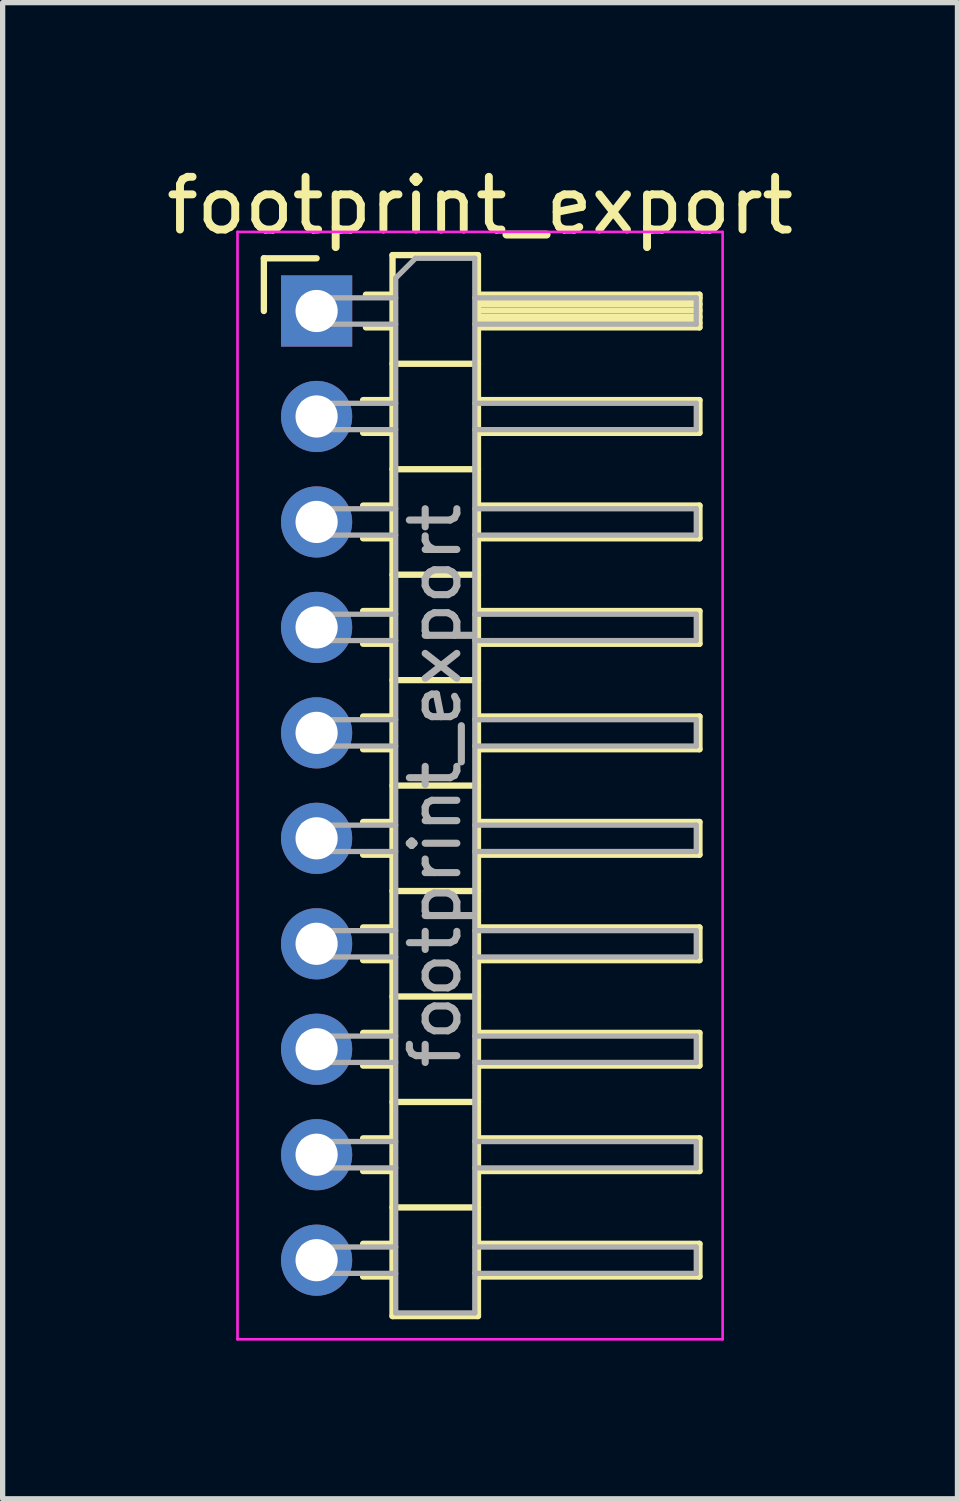
<source format=kicad_pcb>
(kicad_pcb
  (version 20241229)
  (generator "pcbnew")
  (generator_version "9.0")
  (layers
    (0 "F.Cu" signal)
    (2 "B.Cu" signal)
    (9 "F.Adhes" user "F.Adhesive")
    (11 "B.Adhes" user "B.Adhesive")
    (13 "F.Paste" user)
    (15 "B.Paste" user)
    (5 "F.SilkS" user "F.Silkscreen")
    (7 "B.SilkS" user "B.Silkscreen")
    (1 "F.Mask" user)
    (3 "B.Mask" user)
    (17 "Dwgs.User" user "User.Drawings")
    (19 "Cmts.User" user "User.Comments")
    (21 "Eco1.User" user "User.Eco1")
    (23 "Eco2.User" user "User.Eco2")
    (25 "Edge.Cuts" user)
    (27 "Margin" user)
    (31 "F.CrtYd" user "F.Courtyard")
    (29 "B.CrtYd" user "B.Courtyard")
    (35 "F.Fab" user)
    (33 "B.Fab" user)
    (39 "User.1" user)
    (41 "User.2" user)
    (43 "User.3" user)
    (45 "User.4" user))
  (footprint "footprint_export"
    (layer "F.Cu")
    (at 2.954 2.848)
    (property "Reference" "footprint_export" (at 3.1 -2 0) (layer "F.SilkS") (effects (font (size 1 1) (thickness 0.15))))
    (attr through_hole)
    (fp_line (start -1 -1) (end 0 -1) (stroke (width 0.12) (type solid)) (layer "F.SilkS"))
    (fp_line (start -1 0) (end -1 -1) (stroke (width 0.12) (type solid)) (layer "F.SilkS"))
    (fp_line (start 0.882 1.69) (end 1.44 1.69) (stroke (width 0.12) (type solid)) (layer "F.SilkS"))
    (fp_line (start 0.882 2.31) (end 1.44 2.31) (stroke (width 0.12) (type solid)) (layer "F.SilkS"))
    (fp_line (start 0.882 3.69) (end 1.44 3.69) (stroke (width 0.12) (type solid)) (layer "F.SilkS"))
    (fp_line (start 0.882 4.31) (end 1.44 4.31) (stroke (width 0.12) (type solid)) (layer "F.SilkS"))
    (fp_line (start 0.882 5.69) (end 1.44 5.69) (stroke (width 0.12) (type solid)) (layer "F.SilkS"))
    (fp_line (start 0.882 6.31) (end 1.44 6.31) (stroke (width 0.12) (type solid)) (layer "F.SilkS"))
    (fp_line (start 0.882 7.69) (end 1.44 7.69) (stroke (width 0.12) (type solid)) (layer "F.SilkS"))
    (fp_line (start 0.882 8.31) (end 1.44 8.31) (stroke (width 0.12) (type solid)) (layer "F.SilkS"))
    (fp_line (start 0.882 9.69) (end 1.44 9.69) (stroke (width 0.12) (type solid)) (layer "F.SilkS"))
    (fp_line (start 0.882 10.31) (end 1.44 10.31) (stroke (width 0.12) (type solid)) (layer "F.SilkS"))
    (fp_line (start 0.882 11.69) (end 1.44 11.69) (stroke (width 0.12) (type solid)) (layer "F.SilkS"))
    (fp_line (start 0.882 12.31) (end 1.44 12.31) (stroke (width 0.12) (type solid)) (layer "F.SilkS"))
    (fp_line (start 0.882 13.69) (end 1.44 13.69) (stroke (width 0.12) (type solid)) (layer "F.SilkS"))
    (fp_line (start 0.882 14.31) (end 1.44 14.31) (stroke (width 0.12) (type solid)) (layer "F.SilkS"))
    (fp_line (start 0.882 15.69) (end 1.44 15.69) (stroke (width 0.12) (type solid)) (layer "F.SilkS"))
    (fp_line (start 0.882 16.31) (end 1.44 16.31) (stroke (width 0.12) (type solid)) (layer "F.SilkS"))
    (fp_line (start 0.882 17.69) (end 1.44 17.69) (stroke (width 0.12) (type solid)) (layer "F.SilkS"))
    (fp_line (start 0.882 18.31) (end 1.44 18.31) (stroke (width 0.12) (type solid)) (layer "F.SilkS"))
    (fp_line (start 0.935 -0.31) (end 1.44 -0.31) (stroke (width 0.12) (type solid)) (layer "F.SilkS"))
    (fp_line (start 0.935 0.31) (end 1.44 0.31) (stroke (width 0.12) (type solid)) (layer "F.SilkS"))
    (fp_line (start 1.44 -1.06) (end 1.44 19.06) (stroke (width 0.12) (type solid)) (layer "F.SilkS"))
    (fp_line (start 1.44 1) (end 3.06 1) (stroke (width 0.12) (type solid)) (layer "F.SilkS"))
    (fp_line (start 1.44 3) (end 3.06 3) (stroke (width 0.12) (type solid)) (layer "F.SilkS"))
    (fp_line (start 1.44 5) (end 3.06 5) (stroke (width 0.12) (type solid)) (layer "F.SilkS"))
    (fp_line (start 1.44 7) (end 3.06 7) (stroke (width 0.12) (type solid)) (layer "F.SilkS"))
    (fp_line (start 1.44 9) (end 3.06 9) (stroke (width 0.12) (type solid)) (layer "F.SilkS"))
    (fp_line (start 1.44 11) (end 3.06 11) (stroke (width 0.12) (type solid)) (layer "F.SilkS"))
    (fp_line (start 1.44 13) (end 3.06 13) (stroke (width 0.12) (type solid)) (layer "F.SilkS"))
    (fp_line (start 1.44 15) (end 3.06 15) (stroke (width 0.12) (type solid)) (layer "F.SilkS"))
    (fp_line (start 1.44 17) (end 3.06 17) (stroke (width 0.12) (type solid)) (layer "F.SilkS"))
    (fp_line (start 1.44 19.06) (end 3.06 19.06) (stroke (width 0.12) (type solid)) (layer "F.SilkS"))
    (fp_line (start 3.06 -1.06) (end 1.44 -1.06) (stroke (width 0.12) (type solid)) (layer "F.SilkS"))
    (fp_line (start 3.06 -0.31) (end 7.26 -0.31) (stroke (width 0.12) (type solid)) (layer "F.SilkS"))
    (fp_line (start 3.06 -0.25) (end 7.26 -0.25) (stroke (width 0.12) (type solid)) (layer "F.SilkS"))
    (fp_line (start 3.06 -0.13) (end 7.26 -0.13) (stroke (width 0.12) (type solid)) (layer "F.SilkS"))
    (fp_line (start 3.06 -0.01) (end 7.26 -0.01) (stroke (width 0.12) (type solid)) (layer "F.SilkS"))
    (fp_line (start 3.06 0.11) (end 7.26 0.11) (stroke (width 0.12) (type solid)) (layer "F.SilkS"))
    (fp_line (start 3.06 0.23) (end 7.26 0.23) (stroke (width 0.12) (type solid)) (layer "F.SilkS"))
    (fp_line (start 3.06 1.69) (end 7.26 1.69) (stroke (width 0.12) (type solid)) (layer "F.SilkS"))
    (fp_line (start 3.06 3.69) (end 7.26 3.69) (stroke (width 0.12) (type solid)) (layer "F.SilkS"))
    (fp_line (start 3.06 5.69) (end 7.26 5.69) (stroke (width 0.12) (type solid)) (layer "F.SilkS"))
    (fp_line (start 3.06 7.69) (end 7.26 7.69) (stroke (width 0.12) (type solid)) (layer "F.SilkS"))
    (fp_line (start 3.06 9.69) (end 7.26 9.69) (stroke (width 0.12) (type solid)) (layer "F.SilkS"))
    (fp_line (start 3.06 11.69) (end 7.26 11.69) (stroke (width 0.12) (type solid)) (layer "F.SilkS"))
    (fp_line (start 3.06 13.69) (end 7.26 13.69) (stroke (width 0.12) (type solid)) (layer "F.SilkS"))
    (fp_line (start 3.06 15.69) (end 7.26 15.69) (stroke (width 0.12) (type solid)) (layer "F.SilkS"))
    (fp_line (start 3.06 17.69) (end 7.26 17.69) (stroke (width 0.12) (type solid)) (layer "F.SilkS"))
    (fp_line (start 3.06 19.06) (end 3.06 -1.06) (stroke (width 0.12) (type solid)) (layer "F.SilkS"))
    (fp_line (start 7.26 -0.31) (end 7.26 0.31) (stroke (width 0.12) (type solid)) (layer "F.SilkS"))
    (fp_line (start 7.26 0.31) (end 3.06 0.31) (stroke (width 0.12) (type solid)) (layer "F.SilkS"))
    (fp_line (start 7.26 1.69) (end 7.26 2.31) (stroke (width 0.12) (type solid)) (layer "F.SilkS"))
    (fp_line (start 7.26 2.31) (end 3.06 2.31) (stroke (width 0.12) (type solid)) (layer "F.SilkS"))
    (fp_line (start 7.26 3.69) (end 7.26 4.31) (stroke (width 0.12) (type solid)) (layer "F.SilkS"))
    (fp_line (start 7.26 4.31) (end 3.06 4.31) (stroke (width 0.12) (type solid)) (layer "F.SilkS"))
    (fp_line (start 7.26 5.69) (end 7.26 6.31) (stroke (width 0.12) (type solid)) (layer "F.SilkS"))
    (fp_line (start 7.26 6.31) (end 3.06 6.31) (stroke (width 0.12) (type solid)) (layer "F.SilkS"))
    (fp_line (start 7.26 7.69) (end 7.26 8.31) (stroke (width 0.12) (type solid)) (layer "F.SilkS"))
    (fp_line (start 7.26 8.31) (end 3.06 8.31) (stroke (width 0.12) (type solid)) (layer "F.SilkS"))
    (fp_line (start 7.26 9.69) (end 7.26 10.31) (stroke (width 0.12) (type solid)) (layer "F.SilkS"))
    (fp_line (start 7.26 10.31) (end 3.06 10.31) (stroke (width 0.12) (type solid)) (layer "F.SilkS"))
    (fp_line (start 7.26 11.69) (end 7.26 12.31) (stroke (width 0.12) (type solid)) (layer "F.SilkS"))
    (fp_line (start 7.26 12.31) (end 3.06 12.31) (stroke (width 0.12) (type solid)) (layer "F.SilkS"))
    (fp_line (start 7.26 13.69) (end 7.26 14.31) (stroke (width 0.12) (type solid)) (layer "F.SilkS"))
    (fp_line (start 7.26 14.31) (end 3.06 14.31) (stroke (width 0.12) (type solid)) (layer "F.SilkS"))
    (fp_line (start 7.26 15.69) (end 7.26 16.31) (stroke (width 0.12) (type solid)) (layer "F.SilkS"))
    (fp_line (start 7.26 16.31) (end 3.06 16.31) (stroke (width 0.12) (type solid)) (layer "F.SilkS"))
    (fp_line (start 7.26 17.69) (end 7.26 18.31) (stroke (width 0.12) (type solid)) (layer "F.SilkS"))
    (fp_line (start 7.26 18.31) (end 3.06 18.31) (stroke (width 0.12) (type solid)) (layer "F.SilkS"))
    (fp_line (start -1.5 -1.5) (end -1.5 19.5) (stroke (width 0.05) (type solid)) (layer "F.CrtYd"))
    (fp_line (start -1.5 19.5) (end 7.7 19.5) (stroke (width 0.05) (type solid)) (layer "F.CrtYd"))
    (fp_line (start 7.7 -1.5) (end -1.5 -1.5) (stroke (width 0.05) (type solid)) (layer "F.CrtYd"))
    (fp_line (start 7.7 19.5) (end 7.7 -1.5) (stroke (width 0.05) (type solid)) (layer "F.CrtYd"))
    (fp_line (start -0.25 -0.25) (end -0.25 0.25) (stroke (width 0.1) (type solid)) (layer "F.Fab"))
    (fp_line (start -0.25 -0.25) (end 1.5 -0.25) (stroke (width 0.1) (type solid)) (layer "F.Fab"))
    (fp_line (start -0.25 0.25) (end 1.5 0.25) (stroke (width 0.1) (type solid)) (layer "F.Fab"))
    (fp_line (start -0.25 1.75) (end -0.25 2.25) (stroke (width 0.1) (type solid)) (layer "F.Fab"))
    (fp_line (start -0.25 1.75) (end 1.5 1.75) (stroke (width 0.1) (type solid)) (layer "F.Fab"))
    (fp_line (start -0.25 2.25) (end 1.5 2.25) (stroke (width 0.1) (type solid)) (layer "F.Fab"))
    (fp_line (start -0.25 3.75) (end -0.25 4.25) (stroke (width 0.1) (type solid)) (layer "F.Fab"))
    (fp_line (start -0.25 3.75) (end 1.5 3.75) (stroke (width 0.1) (type solid)) (layer "F.Fab"))
    (fp_line (start -0.25 4.25) (end 1.5 4.25) (stroke (width 0.1) (type solid)) (layer "F.Fab"))
    (fp_line (start -0.25 5.75) (end -0.25 6.25) (stroke (width 0.1) (type solid)) (layer "F.Fab"))
    (fp_line (start -0.25 5.75) (end 1.5 5.75) (stroke (width 0.1) (type solid)) (layer "F.Fab"))
    (fp_line (start -0.25 6.25) (end 1.5 6.25) (stroke (width 0.1) (type solid)) (layer "F.Fab"))
    (fp_line (start -0.25 7.75) (end -0.25 8.25) (stroke (width 0.1) (type solid)) (layer "F.Fab"))
    (fp_line (start -0.25 7.75) (end 1.5 7.75) (stroke (width 0.1) (type solid)) (layer "F.Fab"))
    (fp_line (start -0.25 8.25) (end 1.5 8.25) (stroke (width 0.1) (type solid)) (layer "F.Fab"))
    (fp_line (start -0.25 9.75) (end -0.25 10.25) (stroke (width 0.1) (type solid)) (layer "F.Fab"))
    (fp_line (start -0.25 9.75) (end 1.5 9.75) (stroke (width 0.1) (type solid)) (layer "F.Fab"))
    (fp_line (start -0.25 10.25) (end 1.5 10.25) (stroke (width 0.1) (type solid)) (layer "F.Fab"))
    (fp_line (start -0.25 11.75) (end -0.25 12.25) (stroke (width 0.1) (type solid)) (layer "F.Fab"))
    (fp_line (start -0.25 11.75) (end 1.5 11.75) (stroke (width 0.1) (type solid)) (layer "F.Fab"))
    (fp_line (start -0.25 12.25) (end 1.5 12.25) (stroke (width 0.1) (type solid)) (layer "F.Fab"))
    (fp_line (start -0.25 13.75) (end -0.25 14.25) (stroke (width 0.1) (type solid)) (layer "F.Fab"))
    (fp_line (start -0.25 13.75) (end 1.5 13.75) (stroke (width 0.1) (type solid)) (layer "F.Fab"))
    (fp_line (start -0.25 14.25) (end 1.5 14.25) (stroke (width 0.1) (type solid)) (layer "F.Fab"))
    (fp_line (start -0.25 15.75) (end -0.25 16.25) (stroke (width 0.1) (type solid)) (layer "F.Fab"))
    (fp_line (start -0.25 15.75) (end 1.5 15.75) (stroke (width 0.1) (type solid)) (layer "F.Fab"))
    (fp_line (start -0.25 16.25) (end 1.5 16.25) (stroke (width 0.1) (type solid)) (layer "F.Fab"))
    (fp_line (start -0.25 17.75) (end -0.25 18.25) (stroke (width 0.1) (type solid)) (layer "F.Fab"))
    (fp_line (start -0.25 17.75) (end 1.5 17.75) (stroke (width 0.1) (type solid)) (layer "F.Fab"))
    (fp_line (start -0.25 18.25) (end 1.5 18.25) (stroke (width 0.1) (type solid)) (layer "F.Fab"))
    (fp_line (start 1.5 -0.625) (end 1.875 -1) (stroke (width 0.1) (type solid)) (layer "F.Fab"))
    (fp_line (start 1.5 19) (end 1.5 -0.625) (stroke (width 0.1) (type solid)) (layer "F.Fab"))
    (fp_line (start 1.875 -1) (end 3 -1) (stroke (width 0.1) (type solid)) (layer "F.Fab"))
    (fp_line (start 3 -1) (end 3 19) (stroke (width 0.1) (type solid)) (layer "F.Fab"))
    (fp_line (start 3 -0.25) (end 7.2 -0.25) (stroke (width 0.1) (type solid)) (layer "F.Fab"))
    (fp_line (start 3 0.25) (end 7.2 0.25) (stroke (width 0.1) (type solid)) (layer "F.Fab"))
    (fp_line (start 3 1.75) (end 7.2 1.75) (stroke (width 0.1) (type solid)) (layer "F.Fab"))
    (fp_line (start 3 2.25) (end 7.2 2.25) (stroke (width 0.1) (type solid)) (layer "F.Fab"))
    (fp_line (start 3 3.75) (end 7.2 3.75) (stroke (width 0.1) (type solid)) (layer "F.Fab"))
    (fp_line (start 3 4.25) (end 7.2 4.25) (stroke (width 0.1) (type solid)) (layer "F.Fab"))
    (fp_line (start 3 5.75) (end 7.2 5.75) (stroke (width 0.1) (type solid)) (layer "F.Fab"))
    (fp_line (start 3 6.25) (end 7.2 6.25) (stroke (width 0.1) (type solid)) (layer "F.Fab"))
    (fp_line (start 3 7.75) (end 7.2 7.75) (stroke (width 0.1) (type solid)) (layer "F.Fab"))
    (fp_line (start 3 8.25) (end 7.2 8.25) (stroke (width 0.1) (type solid)) (layer "F.Fab"))
    (fp_line (start 3 9.75) (end 7.2 9.75) (stroke (width 0.1) (type solid)) (layer "F.Fab"))
    (fp_line (start 3 10.25) (end 7.2 10.25) (stroke (width 0.1) (type solid)) (layer "F.Fab"))
    (fp_line (start 3 11.75) (end 7.2 11.75) (stroke (width 0.1) (type solid)) (layer "F.Fab"))
    (fp_line (start 3 12.25) (end 7.2 12.25) (stroke (width 0.1) (type solid)) (layer "F.Fab"))
    (fp_line (start 3 13.75) (end 7.2 13.75) (stroke (width 0.1) (type solid)) (layer "F.Fab"))
    (fp_line (start 3 14.25) (end 7.2 14.25) (stroke (width 0.1) (type solid)) (layer "F.Fab"))
    (fp_line (start 3 15.75) (end 7.2 15.75) (stroke (width 0.1) (type solid)) (layer "F.Fab"))
    (fp_line (start 3 16.25) (end 7.2 16.25) (stroke (width 0.1) (type solid)) (layer "F.Fab"))
    (fp_line (start 3 17.75) (end 7.2 17.75) (stroke (width 0.1) (type solid)) (layer "F.Fab"))
    (fp_line (start 3 18.25) (end 7.2 18.25) (stroke (width 0.1) (type solid)) (layer "F.Fab"))
    (fp_line (start 3 19) (end 1.5 19) (stroke (width 0.1) (type solid)) (layer "F.Fab"))
    (fp_line (start 7.2 -0.25) (end 7.2 0.25) (stroke (width 0.1) (type solid)) (layer "F.Fab"))
    (fp_line (start 7.2 1.75) (end 7.2 2.25) (stroke (width 0.1) (type solid)) (layer "F.Fab"))
    (fp_line (start 7.2 3.75) (end 7.2 4.25) (stroke (width 0.1) (type solid)) (layer "F.Fab"))
    (fp_line (start 7.2 5.75) (end 7.2 6.25) (stroke (width 0.1) (type solid)) (layer "F.Fab"))
    (fp_line (start 7.2 7.75) (end 7.2 8.25) (stroke (width 0.1) (type solid)) (layer "F.Fab"))
    (fp_line (start 7.2 9.75) (end 7.2 10.25) (stroke (width 0.1) (type solid)) (layer "F.Fab"))
    (fp_line (start 7.2 11.75) (end 7.2 12.25) (stroke (width 0.1) (type solid)) (layer "F.Fab"))
    (fp_line (start 7.2 13.75) (end 7.2 14.25) (stroke (width 0.1) (type solid)) (layer "F.Fab"))
    (fp_line (start 7.2 15.75) (end 7.2 16.25) (stroke (width 0.1) (type solid)) (layer "F.Fab"))
    (fp_line (start 7.2 17.75) (end 7.2 18.25) (stroke (width 0.1) (type solid)) (layer "F.Fab"))
    (fp_text user "${REFERENCE}" (at 2.25 9 90) (layer "F.Fab") (effects (font (size 0.9 0.9) (thickness 0.135))))
    (pad "1" thru_hole rect (at 0 0) (size 1.35 1.35) (drill 0.8) (layers "*.Cu" "*.Mask"))
    (pad "2" thru_hole oval (at 0 2) (size 1.35 1.35) (drill 0.8) (layers "*.Cu" "*.Mask"))
    (pad "3" thru_hole oval (at 0 4) (size 1.35 1.35) (drill 0.8) (layers "*.Cu" "*.Mask"))
    (pad "4" thru_hole oval (at 0 6) (size 1.35 1.35) (drill 0.8) (layers "*.Cu" "*.Mask"))
    (pad "5" thru_hole oval (at 0 8) (size 1.35 1.35) (drill 0.8) (layers "*.Cu" "*.Mask"))
    (pad "6" thru_hole oval (at 0 10) (size 1.35 1.35) (drill 0.8) (layers "*.Cu" "*.Mask"))
    (pad "7" thru_hole oval (at 0 12) (size 1.35 1.35) (drill 0.8) (layers "*.Cu" "*.Mask"))
    (pad "8" thru_hole oval (at 0 14) (size 1.35 1.35) (drill 0.8) (layers "*.Cu" "*.Mask"))
    (pad "9" thru_hole oval (at 0 16) (size 1.35 1.35) (drill 0.8) (layers "*.Cu" "*.Mask"))
    (pad "10" thru_hole oval (at 0 18) (size 1.35 1.35) (drill 0.8) (layers "*.Cu" "*.Mask")))
  (gr_rect
    (start -3 -3)
    (end 15.107 25.373)
    (stroke (width 0.1) (type default))
    (fill no)
    (layer "Edge.Cuts")))
</source>
